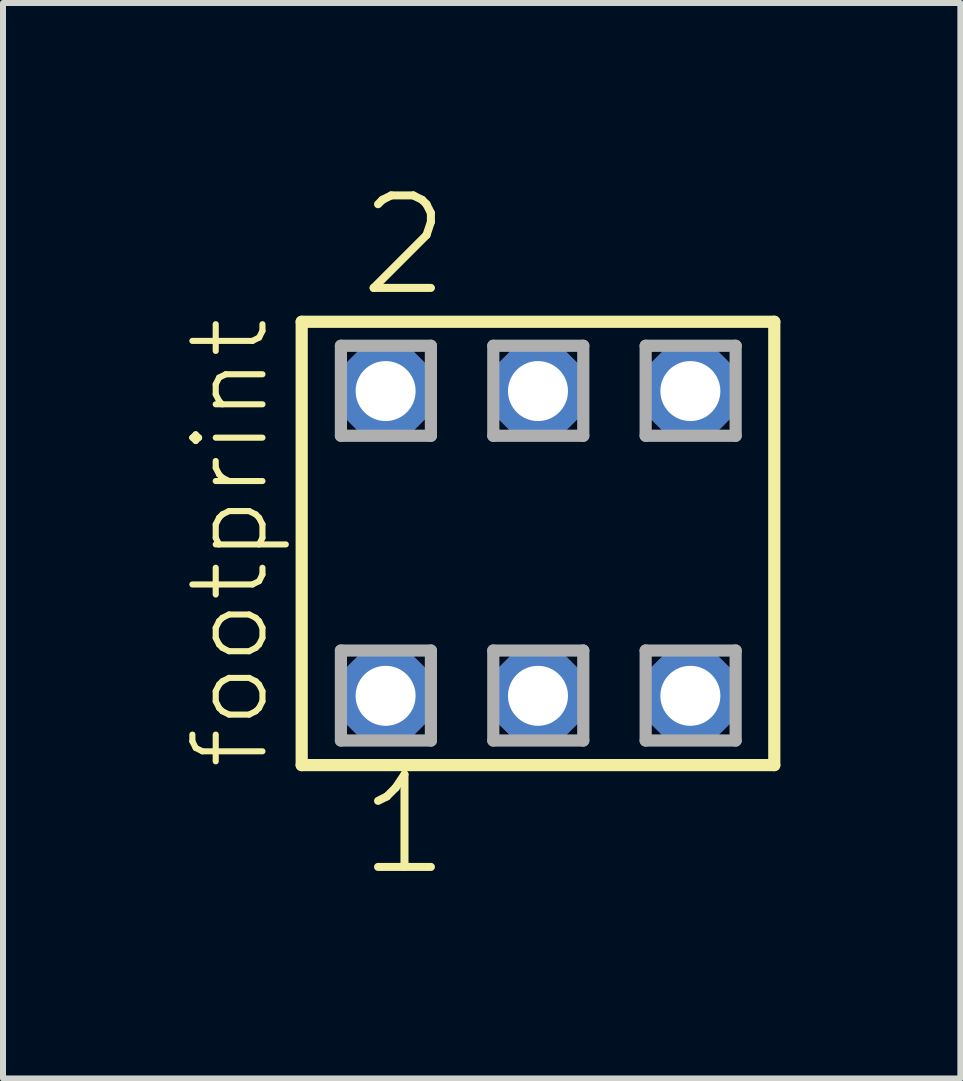
<source format=kicad_pcb>
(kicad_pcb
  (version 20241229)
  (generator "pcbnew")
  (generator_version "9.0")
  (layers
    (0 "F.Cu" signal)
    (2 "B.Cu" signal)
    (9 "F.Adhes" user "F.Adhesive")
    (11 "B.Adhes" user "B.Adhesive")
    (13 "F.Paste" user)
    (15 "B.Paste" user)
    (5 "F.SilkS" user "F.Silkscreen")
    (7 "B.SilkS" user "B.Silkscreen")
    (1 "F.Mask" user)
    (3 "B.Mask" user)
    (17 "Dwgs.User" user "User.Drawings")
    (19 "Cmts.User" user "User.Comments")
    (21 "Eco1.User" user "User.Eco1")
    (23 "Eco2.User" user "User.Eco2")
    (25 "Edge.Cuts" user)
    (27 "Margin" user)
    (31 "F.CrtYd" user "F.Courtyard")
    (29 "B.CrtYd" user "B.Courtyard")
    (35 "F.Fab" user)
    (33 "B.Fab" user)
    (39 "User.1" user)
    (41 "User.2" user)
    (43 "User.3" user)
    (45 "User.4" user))
  (footprint "footprint"
    (layer "F.Cu")
    (at 5.918 6.009)
    (property "Reference" "footprint" (at -4.445 3.81 90) (layer "F.SilkS") (effects (font (size 1.168 1.168) (thickness 0.102)) (justify left bottom)))
    (fp_line (start -3.939 -3.695) (end 3.939 -3.695) (stroke (width 0.203) (type solid)) (layer "F.SilkS"))
    (fp_line (start -3.939 3.695) (end -3.939 -3.695) (stroke (width 0.203) (type solid)) (layer "F.SilkS"))
    (fp_line (start 3.939 -3.695) (end 3.939 3.695) (stroke (width 0.203) (type solid)) (layer "F.SilkS"))
    (fp_line (start 3.939 3.695) (end -3.939 3.695) (stroke (width 0.203) (type solid)) (layer "F.SilkS"))
    (fp_line (start -3.285 -3.295) (end -1.785 -3.295) (stroke (width 0.203) (type solid)) (layer "F.Fab"))
    (fp_line (start -3.285 -1.795) (end -3.285 -3.295) (stroke (width 0.203) (type solid)) (layer "F.Fab"))
    (fp_line (start -3.285 1.785) (end -1.785 1.785) (stroke (width 0.203) (type solid)) (layer "F.Fab"))
    (fp_line (start -3.285 3.285) (end -3.285 1.785) (stroke (width 0.203) (type solid)) (layer "F.Fab"))
    (fp_line (start -1.785 -3.295) (end -1.785 -1.795) (stroke (width 0.203) (type solid)) (layer "F.Fab"))
    (fp_line (start -1.785 -1.795) (end -3.285 -1.795) (stroke (width 0.203) (type solid)) (layer "F.Fab"))
    (fp_line (start -1.785 1.785) (end -1.785 3.285) (stroke (width 0.203) (type solid)) (layer "F.Fab"))
    (fp_line (start -1.785 3.285) (end -3.285 3.285) (stroke (width 0.203) (type solid)) (layer "F.Fab"))
    (fp_line (start -0.745 -3.295) (end 0.755 -3.295) (stroke (width 0.203) (type solid)) (layer "F.Fab"))
    (fp_line (start -0.745 -1.795) (end -0.745 -3.295) (stroke (width 0.203) (type solid)) (layer "F.Fab"))
    (fp_line (start -0.745 1.785) (end 0.755 1.785) (stroke (width 0.203) (type solid)) (layer "F.Fab"))
    (fp_line (start -0.745 3.285) (end -0.745 1.785) (stroke (width 0.203) (type solid)) (layer "F.Fab"))
    (fp_line (start 0.755 -3.295) (end 0.755 -1.795) (stroke (width 0.203) (type solid)) (layer "F.Fab"))
    (fp_line (start 0.755 -1.795) (end -0.745 -1.795) (stroke (width 0.203) (type solid)) (layer "F.Fab"))
    (fp_line (start 0.755 1.785) (end 0.755 3.285) (stroke (width 0.203) (type solid)) (layer "F.Fab"))
    (fp_line (start 0.755 3.285) (end -0.745 3.285) (stroke (width 0.203) (type solid)) (layer "F.Fab"))
    (fp_line (start 1.795 -3.295) (end 3.295 -3.295) (stroke (width 0.203) (type solid)) (layer "F.Fab"))
    (fp_line (start 1.795 -1.795) (end 1.795 -3.295) (stroke (width 0.203) (type solid)) (layer "F.Fab"))
    (fp_line (start 1.795 1.785) (end 3.295 1.785) (stroke (width 0.203) (type solid)) (layer "F.Fab"))
    (fp_line (start 1.795 3.285) (end 1.795 1.785) (stroke (width 0.203) (type solid)) (layer "F.Fab"))
    (fp_line (start 3.295 -3.295) (end 3.295 -1.795) (stroke (width 0.203) (type solid)) (layer "F.Fab"))
    (fp_line (start 3.295 -1.795) (end 1.795 -1.795) (stroke (width 0.203) (type solid)) (layer "F.Fab"))
    (fp_line (start 3.295 1.785) (end 3.295 3.285) (stroke (width 0.203) (type solid)) (layer "F.Fab"))
    (fp_line (start 3.295 3.285) (end 1.795 3.285) (stroke (width 0.203) (type solid)) (layer "F.Fab"))
    (fp_text user "1" (at -3.048 5.588 0) (layer "F.SilkS") (effects (font (size 1.542 1.542) (thickness 0.134)) (justify left bottom)))
    (fp_text user "2" (at -3.048 -4.064 0) (layer "F.SilkS") (effects (font (size 1.542 1.542) (thickness 0.134)) (justify left bottom)))
    (pad "1" thru_hole roundrect (at -2.54 2.54) (size 1.5 1.5) (drill 1) (layers "*.Cu" "*.Mask") (roundrect_rratio 0.25) (chamfer_ratio 0.25) (chamfer top_left top_right bottom_left bottom_right))
    (pad "2" thru_hole roundrect (at -2.54 -2.54) (size 1.5 1.5) (drill 1) (layers "*.Cu" "*.Mask") (roundrect_rratio 0.25) (chamfer_ratio 0.25) (chamfer top_left top_right bottom_left bottom_right))
    (pad "3" thru_hole roundrect (at 0 2.54) (size 1.5 1.5) (drill 1) (layers "*.Cu" "*.Mask") (roundrect_rratio 0.25) (chamfer_ratio 0.25) (chamfer top_left top_right bottom_left bottom_right))
    (pad "4" thru_hole roundrect (at 0 -2.54) (size 1.5 1.5) (drill 1) (layers "*.Cu" "*.Mask") (roundrect_rratio 0.25) (chamfer_ratio 0.25) (chamfer top_left top_right bottom_left bottom_right))
    (pad "5" thru_hole roundrect (at 2.54 2.54) (size 1.5 1.5) (drill 1) (layers "*.Cu" "*.Mask") (roundrect_rratio 0.25) (chamfer_ratio 0.25) (chamfer top_left top_right bottom_left bottom_right))
    (pad "6" thru_hole roundrect (at 2.54 -2.54) (size 1.5 1.5) (drill 1) (layers "*.Cu" "*.Mask") (roundrect_rratio 0.25) (chamfer_ratio 0.25) (chamfer top_left top_right bottom_left bottom_right)))
  (gr_rect
    (start -3 -3)
    (end 12.959 14.927)
    (stroke (width 0.1) (type default))
    (fill no)
    (layer "Edge.Cuts")))
</source>
